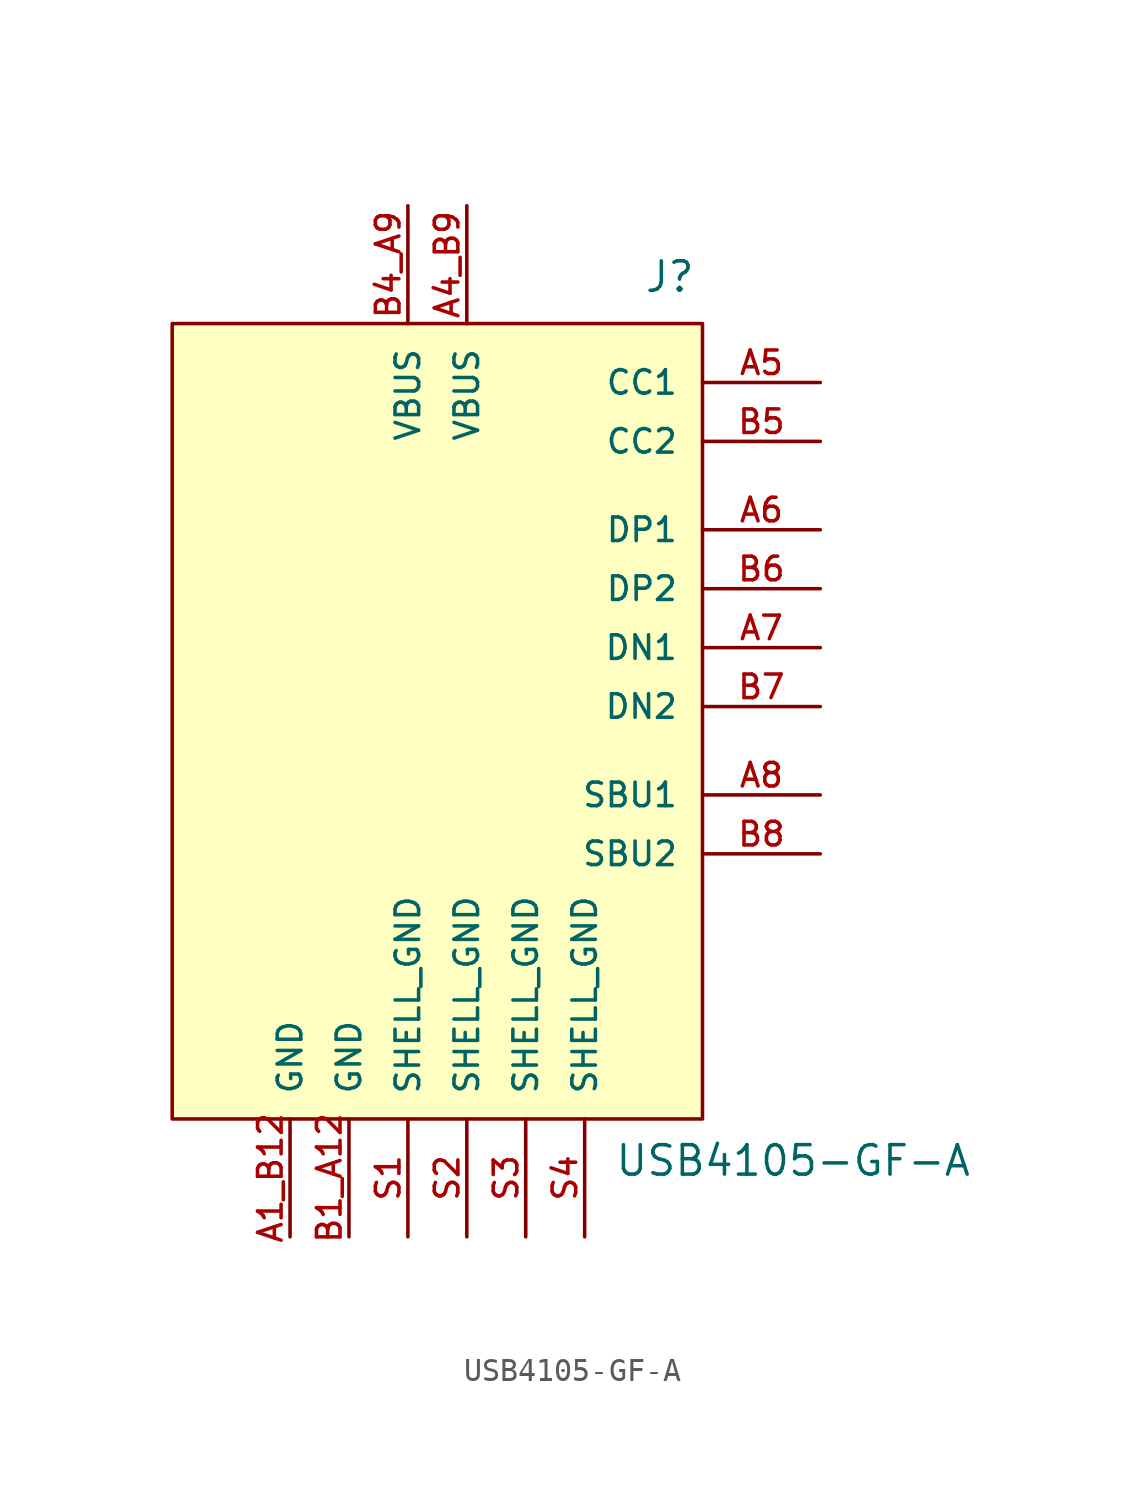
<source format=kicad_sym>
(kicad_symbol_lib
  (version 20241209)
  (generator "kicad_symbol_editor")
  (generator_version "9.0")
  (symbol "USB4105-GF-A"
    (pin_names
      (offset 1.016))
    (property "Reference" "J"
      (at 8.89 17.78 0)
      (effects (font (size 1.27 1.27)) (justify left bottom)))
    (property "Value" "USB4105-GF-A"
      (at 7.62 -20.32 0)
      (effects (font (size 1.27 1.27)) (justify left bottom)))
    (symbol "USB4105-GF-A_0_0"
      (pin power_in line (at -6.35 -22.86 90) (length 5.08) (name "GND" (effects (font (size 1.016 1.016)))) (number "A1_B12" (effects (font (size 1.016 1.016)))))
      (pin power_in line (at -3.81 -22.86 90) (length 5.08) (name "GND" (effects (font (size 1.016 1.016)))) (number "B1_A12" (effects (font (size 1.016 1.016)))))
      (pin power_in line (at -1.27 21.59 270) (length 5.08) (name "VBUS" (effects (font (size 1.016 1.016)))) (number "B4_A9" (effects (font (size 1.016 1.016)))))
      (pin power_in line (at -1.27 -22.86 90) (length 5.08) (name "SHELL_GND" (effects (font (size 1.016 1.016)))) (number "S1" (effects (font (size 1.016 1.016)))))
      (pin power_in line (at 1.27 21.59 270) (length 5.08) (name "VBUS" (effects (font (size 1.016 1.016)))) (number "A4_B9" (effects (font (size 1.016 1.016)))))
      (pin power_in line (at 1.27 -22.86 90) (length 5.08) (name "SHELL_GND" (effects (font (size 1.016 1.016)))) (number "S2" (effects (font (size 1.016 1.016)))))
      (pin power_in line (at 3.81 -22.86 90) (length 5.08) (name "SHELL_GND" (effects (font (size 1.016 1.016)))) (number "S3" (effects (font (size 1.016 1.016)))))
      (pin power_in line (at 6.35 -22.86 90) (length 5.08) (name "SHELL_GND" (effects (font (size 1.016 1.016)))) (number "S4" (effects (font (size 1.016 1.016)))))
      (pin bidirectional line (at 16.51 13.97 180) (length 5.08) (name "CC1" (effects (font (size 1.016 1.016)))) (number "A5" (effects (font (size 1.016 1.016)))))
      (pin bidirectional line (at 16.51 11.43 180) (length 5.08) (name "CC2" (effects (font (size 1.016 1.016)))) (number "B5" (effects (font (size 1.016 1.016)))))
      (pin bidirectional line (at 16.51 7.62 180) (length 5.08) (name "DP1" (effects (font (size 1.016 1.016)))) (number "A6" (effects (font (size 1.016 1.016)))))
      (pin bidirectional line (at 16.51 5.08 180) (length 5.08) (name "DP2" (effects (font (size 1.016 1.016)))) (number "B6" (effects (font (size 1.016 1.016)))))
      (pin bidirectional line (at 16.51 2.54 180) (length 5.08) (name "DN1" (effects (font (size 1.016 1.016)))) (number "A7" (effects (font (size 1.016 1.016)))))
      (pin bidirectional line (at 16.51 0 180) (length 5.08) (name "DN2" (effects (font (size 1.016 1.016)))) (number "B7" (effects (font (size 1.016 1.016)))))
      (pin bidirectional line (at 16.51 -3.81 180) (length 5.08) (name "SBU1" (effects (font (size 1.016 1.016)))) (number "A8" (effects (font (size 1.016 1.016)))))
      (pin bidirectional line (at 16.51 -6.35 180) (length 5.08) (name "SBU2" (effects (font (size 1.016 1.016)))) (number "B8" (effects (font (size 1.016 1.016))))))
    (symbol "USB4105-GF-A_1_1"
      (rectangle (start 11.43 16.51) (end -11.43 -17.78) (stroke (width 0) (type default)) (fill (type background))))))
</source>
